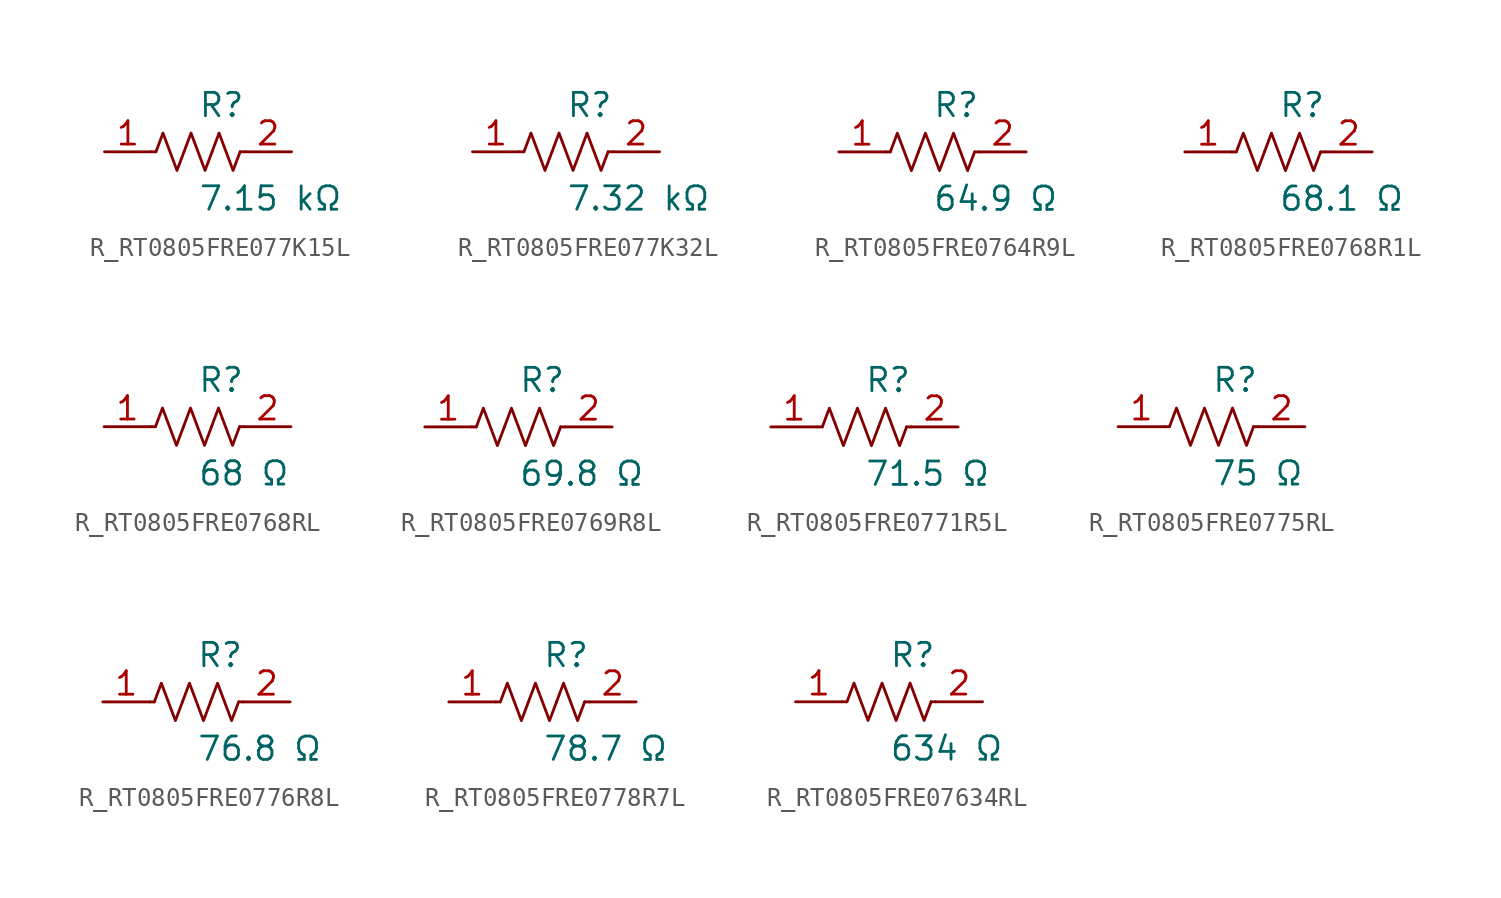
<source format=kicad_sym>
(kicad_symbol_lib
  (version 20231120)
  (generator kicad_symbol_editor)
  (generator_version 8.0)
  (symbol "R_RT0805FRE077K15L"
    (pin_names
      (offset 0.254))
    (property "Reference" "R"
      (at 0.0 2.54 0)
      (effects (font (size 1.27 1.27)) (justify left)))
    (property "Value" "7.15 kΩ"
      (at 0.0 -2.54 0)
      (effects (font (size 1.27 1.27)) (justify left)))
    (symbol "R_RT0805FRE077K15L_0_1"
      (polyline (pts (xy 2.286 0) (xy 2.54 0)) (stroke (width 0) (type default)) (fill (type none)))
      (polyline (pts (xy -2.286 0) (xy -2.54 0)) (stroke (width 0) (type default)) (fill (type none)))
      (polyline (pts (xy 0.762 0) (xy 1.143 1.016) (xy 1.524 0) (xy 1.905 -1.016) (xy 2.286 0)) (stroke (width 0) (type default)) (fill (type none)))
      (polyline (pts (xy -0.762 0) (xy -0.381 1.016) (xy 0 0) (xy 0.381 -1.016) (xy 0.762 0)) (stroke (width 0) (type default)) (fill (type none)))
      (polyline (pts (xy -2.286 0) (xy -1.905 1.016) (xy -1.524 0) (xy -1.143 -1.016) (xy -0.762 0)) (stroke (width 0) (type default)) (fill (type none))))
    (pin unspecified line
      (at -5.08 0 0)
      (length 2.54)
      (name "" (effects (font (size 1.27 1.27))))
      (number "1" (effects (font (size 1.27 1.27)))))
    (pin unspecified line
      (at 5.08 0 180)
      (length 2.54)
      (name "" (effects (font (size 1.27 1.27))))
      (number "2" (effects (font (size 1.27 1.27))))))
  (symbol "R_RT0805FRE077K32L"
    (pin_names
      (offset 0.254))
    (property "Reference" "R"
      (at 0.0 2.54 0)
      (effects (font (size 1.27 1.27)) (justify left)))
    (property "Value" "7.32 kΩ"
      (at 0.0 -2.54 0)
      (effects (font (size 1.27 1.27)) (justify left)))
    (symbol "R_RT0805FRE077K32L_0_1"
      (polyline (pts (xy 2.286 0) (xy 2.54 0)) (stroke (width 0) (type default)) (fill (type none)))
      (polyline (pts (xy -2.286 0) (xy -2.54 0)) (stroke (width 0) (type default)) (fill (type none)))
      (polyline (pts (xy 0.762 0) (xy 1.143 1.016) (xy 1.524 0) (xy 1.905 -1.016) (xy 2.286 0)) (stroke (width 0) (type default)) (fill (type none)))
      (polyline (pts (xy -0.762 0) (xy -0.381 1.016) (xy 0 0) (xy 0.381 -1.016) (xy 0.762 0)) (stroke (width 0) (type default)) (fill (type none)))
      (polyline (pts (xy -2.286 0) (xy -1.905 1.016) (xy -1.524 0) (xy -1.143 -1.016) (xy -0.762 0)) (stroke (width 0) (type default)) (fill (type none))))
    (pin unspecified line
      (at -5.08 0 0)
      (length 2.54)
      (name "" (effects (font (size 1.27 1.27))))
      (number "1" (effects (font (size 1.27 1.27)))))
    (pin unspecified line
      (at 5.08 0 180)
      (length 2.54)
      (name "" (effects (font (size 1.27 1.27))))
      (number "2" (effects (font (size 1.27 1.27))))))
  (symbol "R_RT0805FRE0764R9L"
    (pin_names
      (offset 0.254))
    (property "Reference" "R"
      (at 0.0 2.54 0)
      (effects (font (size 1.27 1.27)) (justify left)))
    (property "Value" "64.9 Ω"
      (at 0.0 -2.54 0)
      (effects (font (size 1.27 1.27)) (justify left)))
    (symbol "R_RT0805FRE0764R9L_0_1"
      (polyline (pts (xy 2.286 0) (xy 2.54 0)) (stroke (width 0) (type default)) (fill (type none)))
      (polyline (pts (xy -2.286 0) (xy -2.54 0)) (stroke (width 0) (type default)) (fill (type none)))
      (polyline (pts (xy 0.762 0) (xy 1.143 1.016) (xy 1.524 0) (xy 1.905 -1.016) (xy 2.286 0)) (stroke (width 0) (type default)) (fill (type none)))
      (polyline (pts (xy -0.762 0) (xy -0.381 1.016) (xy 0 0) (xy 0.381 -1.016) (xy 0.762 0)) (stroke (width 0) (type default)) (fill (type none)))
      (polyline (pts (xy -2.286 0) (xy -1.905 1.016) (xy -1.524 0) (xy -1.143 -1.016) (xy -0.762 0)) (stroke (width 0) (type default)) (fill (type none))))
    (pin unspecified line
      (at -5.08 0 0)
      (length 2.54)
      (name "" (effects (font (size 1.27 1.27))))
      (number "1" (effects (font (size 1.27 1.27)))))
    (pin unspecified line
      (at 5.08 0 180)
      (length 2.54)
      (name "" (effects (font (size 1.27 1.27))))
      (number "2" (effects (font (size 1.27 1.27))))))
  (symbol "R_RT0805FRE0768R1L"
    (pin_names
      (offset 0.254))
    (property "Reference" "R"
      (at 0.0 2.54 0)
      (effects (font (size 1.27 1.27)) (justify left)))
    (property "Value" "68.1 Ω"
      (at 0.0 -2.54 0)
      (effects (font (size 1.27 1.27)) (justify left)))
    (symbol "R_RT0805FRE0768R1L_0_1"
      (polyline (pts (xy 2.286 0) (xy 2.54 0)) (stroke (width 0) (type default)) (fill (type none)))
      (polyline (pts (xy -2.286 0) (xy -2.54 0)) (stroke (width 0) (type default)) (fill (type none)))
      (polyline (pts (xy 0.762 0) (xy 1.143 1.016) (xy 1.524 0) (xy 1.905 -1.016) (xy 2.286 0)) (stroke (width 0) (type default)) (fill (type none)))
      (polyline (pts (xy -0.762 0) (xy -0.381 1.016) (xy 0 0) (xy 0.381 -1.016) (xy 0.762 0)) (stroke (width 0) (type default)) (fill (type none)))
      (polyline (pts (xy -2.286 0) (xy -1.905 1.016) (xy -1.524 0) (xy -1.143 -1.016) (xy -0.762 0)) (stroke (width 0) (type default)) (fill (type none))))
    (pin unspecified line
      (at -5.08 0 0)
      (length 2.54)
      (name "" (effects (font (size 1.27 1.27))))
      (number "1" (effects (font (size 1.27 1.27)))))
    (pin unspecified line
      (at 5.08 0 180)
      (length 2.54)
      (name "" (effects (font (size 1.27 1.27))))
      (number "2" (effects (font (size 1.27 1.27))))))
  (symbol "R_RT0805FRE0768RL"
    (pin_names
      (offset 0.254))
    (property "Reference" "R"
      (at 0.0 2.54 0)
      (effects (font (size 1.27 1.27)) (justify left)))
    (property "Value" "68 Ω"
      (at 0.0 -2.54 0)
      (effects (font (size 1.27 1.27)) (justify left)))
    (symbol "R_RT0805FRE0768RL_0_1"
      (polyline (pts (xy 2.286 0) (xy 2.54 0)) (stroke (width 0) (type default)) (fill (type none)))
      (polyline (pts (xy -2.286 0) (xy -2.54 0)) (stroke (width 0) (type default)) (fill (type none)))
      (polyline (pts (xy 0.762 0) (xy 1.143 1.016) (xy 1.524 0) (xy 1.905 -1.016) (xy 2.286 0)) (stroke (width 0) (type default)) (fill (type none)))
      (polyline (pts (xy -0.762 0) (xy -0.381 1.016) (xy 0 0) (xy 0.381 -1.016) (xy 0.762 0)) (stroke (width 0) (type default)) (fill (type none)))
      (polyline (pts (xy -2.286 0) (xy -1.905 1.016) (xy -1.524 0) (xy -1.143 -1.016) (xy -0.762 0)) (stroke (width 0) (type default)) (fill (type none))))
    (pin unspecified line
      (at -5.08 0 0)
      (length 2.54)
      (name "" (effects (font (size 1.27 1.27))))
      (number "1" (effects (font (size 1.27 1.27)))))
    (pin unspecified line
      (at 5.08 0 180)
      (length 2.54)
      (name "" (effects (font (size 1.27 1.27))))
      (number "2" (effects (font (size 1.27 1.27))))))
  (symbol "R_RT0805FRE0769R8L"
    (pin_names
      (offset 0.254))
    (property "Reference" "R"
      (at 0.0 2.54 0)
      (effects (font (size 1.27 1.27)) (justify left)))
    (property "Value" "69.8 Ω"
      (at 0.0 -2.54 0)
      (effects (font (size 1.27 1.27)) (justify left)))
    (symbol "R_RT0805FRE0769R8L_0_1"
      (polyline (pts (xy 2.286 0) (xy 2.54 0)) (stroke (width 0) (type default)) (fill (type none)))
      (polyline (pts (xy -2.286 0) (xy -2.54 0)) (stroke (width 0) (type default)) (fill (type none)))
      (polyline (pts (xy 0.762 0) (xy 1.143 1.016) (xy 1.524 0) (xy 1.905 -1.016) (xy 2.286 0)) (stroke (width 0) (type default)) (fill (type none)))
      (polyline (pts (xy -0.762 0) (xy -0.381 1.016) (xy 0 0) (xy 0.381 -1.016) (xy 0.762 0)) (stroke (width 0) (type default)) (fill (type none)))
      (polyline (pts (xy -2.286 0) (xy -1.905 1.016) (xy -1.524 0) (xy -1.143 -1.016) (xy -0.762 0)) (stroke (width 0) (type default)) (fill (type none))))
    (pin unspecified line
      (at -5.08 0 0)
      (length 2.54)
      (name "" (effects (font (size 1.27 1.27))))
      (number "1" (effects (font (size 1.27 1.27)))))
    (pin unspecified line
      (at 5.08 0 180)
      (length 2.54)
      (name "" (effects (font (size 1.27 1.27))))
      (number "2" (effects (font (size 1.27 1.27))))))
  (symbol "R_RT0805FRE0771R5L"
    (pin_names
      (offset 0.254))
    (property "Reference" "R"
      (at 0.0 2.54 0)
      (effects (font (size 1.27 1.27)) (justify left)))
    (property "Value" "71.5 Ω"
      (at 0.0 -2.54 0)
      (effects (font (size 1.27 1.27)) (justify left)))
    (symbol "R_RT0805FRE0771R5L_0_1"
      (polyline (pts (xy 2.286 0) (xy 2.54 0)) (stroke (width 0) (type default)) (fill (type none)))
      (polyline (pts (xy -2.286 0) (xy -2.54 0)) (stroke (width 0) (type default)) (fill (type none)))
      (polyline (pts (xy 0.762 0) (xy 1.143 1.016) (xy 1.524 0) (xy 1.905 -1.016) (xy 2.286 0)) (stroke (width 0) (type default)) (fill (type none)))
      (polyline (pts (xy -0.762 0) (xy -0.381 1.016) (xy 0 0) (xy 0.381 -1.016) (xy 0.762 0)) (stroke (width 0) (type default)) (fill (type none)))
      (polyline (pts (xy -2.286 0) (xy -1.905 1.016) (xy -1.524 0) (xy -1.143 -1.016) (xy -0.762 0)) (stroke (width 0) (type default)) (fill (type none))))
    (pin unspecified line
      (at -5.08 0 0)
      (length 2.54)
      (name "" (effects (font (size 1.27 1.27))))
      (number "1" (effects (font (size 1.27 1.27)))))
    (pin unspecified line
      (at 5.08 0 180)
      (length 2.54)
      (name "" (effects (font (size 1.27 1.27))))
      (number "2" (effects (font (size 1.27 1.27))))))
  (symbol "R_RT0805FRE0775RL"
    (pin_names
      (offset 0.254))
    (property "Reference" "R"
      (at 0.0 2.54 0)
      (effects (font (size 1.27 1.27)) (justify left)))
    (property "Value" "75 Ω"
      (at 0.0 -2.54 0)
      (effects (font (size 1.27 1.27)) (justify left)))
    (symbol "R_RT0805FRE0775RL_0_1"
      (polyline (pts (xy 2.286 0) (xy 2.54 0)) (stroke (width 0) (type default)) (fill (type none)))
      (polyline (pts (xy -2.286 0) (xy -2.54 0)) (stroke (width 0) (type default)) (fill (type none)))
      (polyline (pts (xy 0.762 0) (xy 1.143 1.016) (xy 1.524 0) (xy 1.905 -1.016) (xy 2.286 0)) (stroke (width 0) (type default)) (fill (type none)))
      (polyline (pts (xy -0.762 0) (xy -0.381 1.016) (xy 0 0) (xy 0.381 -1.016) (xy 0.762 0)) (stroke (width 0) (type default)) (fill (type none)))
      (polyline (pts (xy -2.286 0) (xy -1.905 1.016) (xy -1.524 0) (xy -1.143 -1.016) (xy -0.762 0)) (stroke (width 0) (type default)) (fill (type none))))
    (pin unspecified line
      (at -5.08 0 0)
      (length 2.54)
      (name "" (effects (font (size 1.27 1.27))))
      (number "1" (effects (font (size 1.27 1.27)))))
    (pin unspecified line
      (at 5.08 0 180)
      (length 2.54)
      (name "" (effects (font (size 1.27 1.27))))
      (number "2" (effects (font (size 1.27 1.27))))))
  (symbol "R_RT0805FRE0776R8L"
    (pin_names
      (offset 0.254))
    (property "Reference" "R"
      (at 0.0 2.54 0)
      (effects (font (size 1.27 1.27)) (justify left)))
    (property "Value" "76.8 Ω"
      (at 0.0 -2.54 0)
      (effects (font (size 1.27 1.27)) (justify left)))
    (symbol "R_RT0805FRE0776R8L_0_1"
      (polyline (pts (xy 2.286 0) (xy 2.54 0)) (stroke (width 0) (type default)) (fill (type none)))
      (polyline (pts (xy -2.286 0) (xy -2.54 0)) (stroke (width 0) (type default)) (fill (type none)))
      (polyline (pts (xy 0.762 0) (xy 1.143 1.016) (xy 1.524 0) (xy 1.905 -1.016) (xy 2.286 0)) (stroke (width 0) (type default)) (fill (type none)))
      (polyline (pts (xy -0.762 0) (xy -0.381 1.016) (xy 0 0) (xy 0.381 -1.016) (xy 0.762 0)) (stroke (width 0) (type default)) (fill (type none)))
      (polyline (pts (xy -2.286 0) (xy -1.905 1.016) (xy -1.524 0) (xy -1.143 -1.016) (xy -0.762 0)) (stroke (width 0) (type default)) (fill (type none))))
    (pin unspecified line
      (at -5.08 0 0)
      (length 2.54)
      (name "" (effects (font (size 1.27 1.27))))
      (number "1" (effects (font (size 1.27 1.27)))))
    (pin unspecified line
      (at 5.08 0 180)
      (length 2.54)
      (name "" (effects (font (size 1.27 1.27))))
      (number "2" (effects (font (size 1.27 1.27))))))
  (symbol "R_RT0805FRE0778R7L"
    (pin_names
      (offset 0.254))
    (property "Reference" "R"
      (at 0.0 2.54 0)
      (effects (font (size 1.27 1.27)) (justify left)))
    (property "Value" "78.7 Ω"
      (at 0.0 -2.54 0)
      (effects (font (size 1.27 1.27)) (justify left)))
    (symbol "R_RT0805FRE0778R7L_0_1"
      (polyline (pts (xy 2.286 0) (xy 2.54 0)) (stroke (width 0) (type default)) (fill (type none)))
      (polyline (pts (xy -2.286 0) (xy -2.54 0)) (stroke (width 0) (type default)) (fill (type none)))
      (polyline (pts (xy 0.762 0) (xy 1.143 1.016) (xy 1.524 0) (xy 1.905 -1.016) (xy 2.286 0)) (stroke (width 0) (type default)) (fill (type none)))
      (polyline (pts (xy -0.762 0) (xy -0.381 1.016) (xy 0 0) (xy 0.381 -1.016) (xy 0.762 0)) (stroke (width 0) (type default)) (fill (type none)))
      (polyline (pts (xy -2.286 0) (xy -1.905 1.016) (xy -1.524 0) (xy -1.143 -1.016) (xy -0.762 0)) (stroke (width 0) (type default)) (fill (type none))))
    (pin unspecified line
      (at -5.08 0 0)
      (length 2.54)
      (name "" (effects (font (size 1.27 1.27))))
      (number "1" (effects (font (size 1.27 1.27)))))
    (pin unspecified line
      (at 5.08 0 180)
      (length 2.54)
      (name "" (effects (font (size 1.27 1.27))))
      (number "2" (effects (font (size 1.27 1.27))))))
  (symbol "R_RT0805FRE07634RL"
    (pin_names
      (offset 0.254))
    (property "Reference" "R"
      (at 0.0 2.54 0)
      (effects (font (size 1.27 1.27)) (justify left)))
    (property "Value" "634 Ω"
      (at 0.0 -2.54 0)
      (effects (font (size 1.27 1.27)) (justify left)))
    (symbol "R_RT0805FRE07634RL_0_1"
      (polyline (pts (xy 2.286 0) (xy 2.54 0)) (stroke (width 0) (type default)) (fill (type none)))
      (polyline (pts (xy -2.286 0) (xy -2.54 0)) (stroke (width 0) (type default)) (fill (type none)))
      (polyline (pts (xy 0.762 0) (xy 1.143 1.016) (xy 1.524 0) (xy 1.905 -1.016) (xy 2.286 0)) (stroke (width 0) (type default)) (fill (type none)))
      (polyline (pts (xy -0.762 0) (xy -0.381 1.016) (xy 0 0) (xy 0.381 -1.016) (xy 0.762 0)) (stroke (width 0) (type default)) (fill (type none)))
      (polyline (pts (xy -2.286 0) (xy -1.905 1.016) (xy -1.524 0) (xy -1.143 -1.016) (xy -0.762 0)) (stroke (width 0) (type default)) (fill (type none))))
    (pin unspecified line
      (at -5.08 0 0)
      (length 2.54)
      (name "" (effects (font (size 1.27 1.27))))
      (number "1" (effects (font (size 1.27 1.27)))))
    (pin unspecified line
      (at 5.08 0 180)
      (length 2.54)
      (name "" (effects (font (size 1.27 1.27))))
      (number "2" (effects (font (size 1.27 1.27)))))))
</source>
